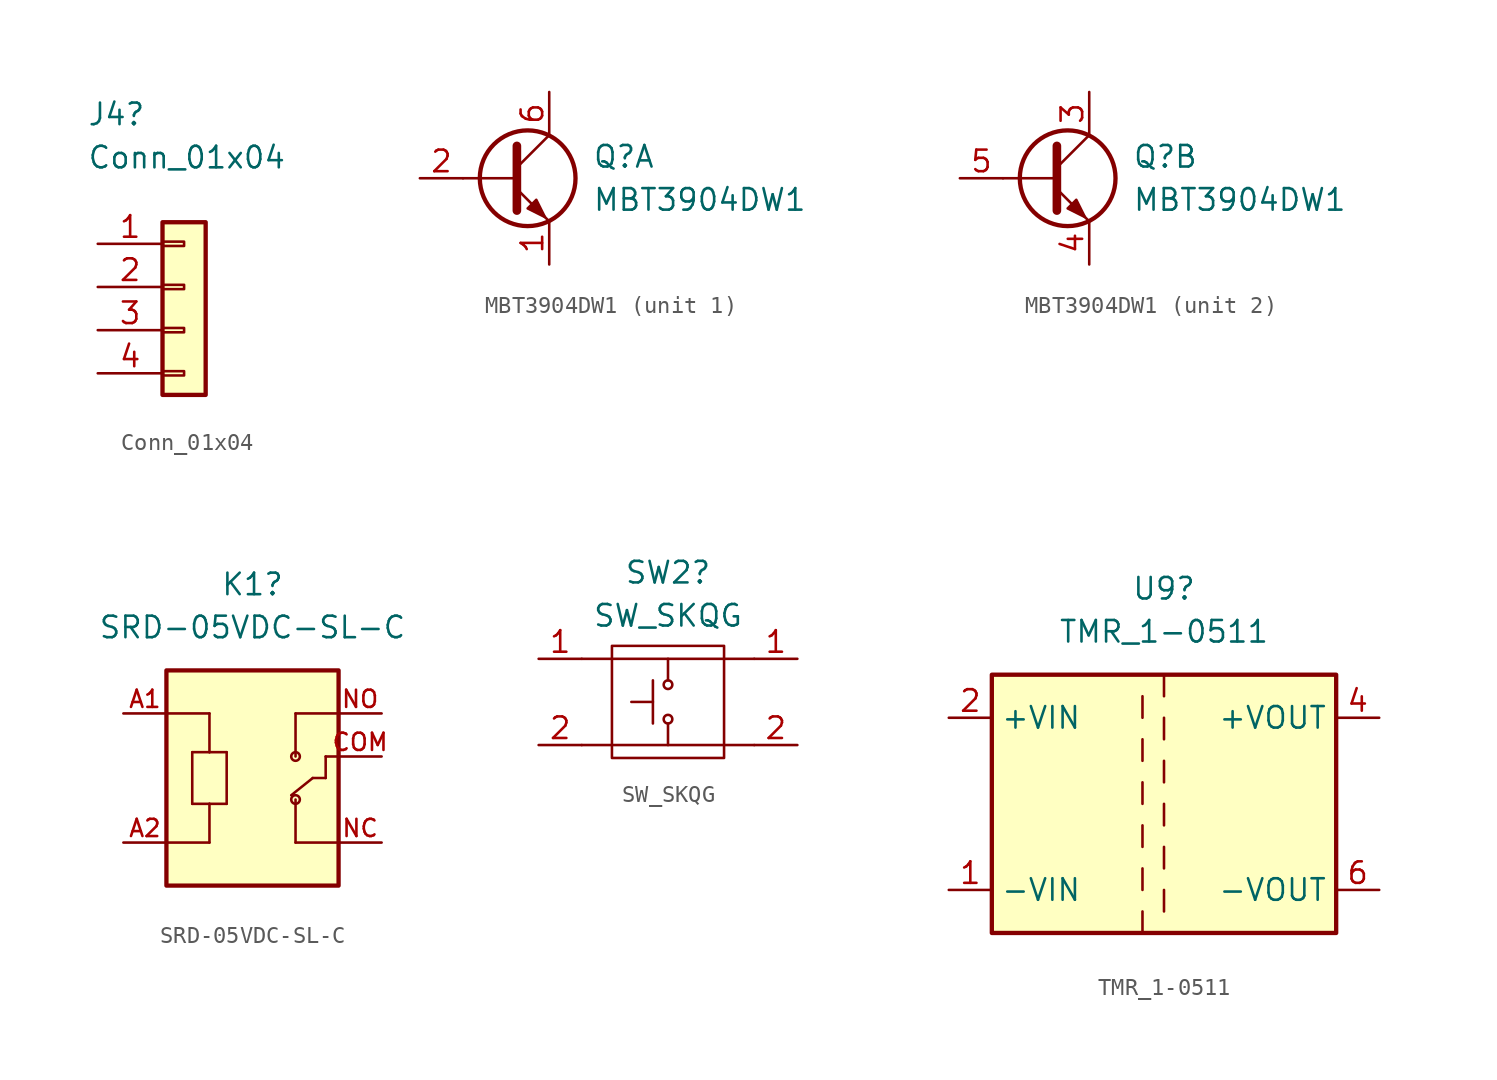
<source format=kicad_sym>
(kicad_symbol_lib
  (version 20231120)
  (generator "kicad_symbol_editor")
  (generator_version "8.0")
  (symbol "Conn_01x04"
    (pin_names
      (offset 1.016) hide)
    (property "Reference" "J4"
      (at -5.715 10.16 0)
      (effects (font (size 1.27 1.27)) (justify left)))
    (property "Value" "Conn_01x04"
      (at -5.715 7.62 0)
      (effects (font (size 1.27 1.27)) (justify left)))
    (symbol "Conn_01x04_1_1"
      (rectangle (start -1.27 -4.953) (end 0 -5.207) (stroke (width 0.152) (type default)) (fill (type none)))
      (rectangle (start -1.27 -2.413) (end 0 -2.667) (stroke (width 0.152) (type default)) (fill (type none)))
      (rectangle (start -1.27 0.127) (end 0 -0.127) (stroke (width 0.152) (type default)) (fill (type none)))
      (rectangle (start -1.27 2.667) (end 0 2.413) (stroke (width 0.152) (type default)) (fill (type none)))
      (rectangle (start -1.27 3.81) (end 1.27 -6.35) (stroke (width 0.254) (type default)) (fill (type background)))
      (pin passive line (at -5.08 2.54 0) (length 3.81) (name "Pin_1" (effects (font (size 1.27 1.27)))) (number "1" (effects (font (size 1.27 1.27)))))
      (pin passive line (at -5.08 0 0) (length 3.81) (name "Pin_2" (effects (font (size 1.27 1.27)))) (number "2" (effects (font (size 1.27 1.27)))))
      (pin passive line (at -5.08 -2.54 0) (length 3.81) (name "Pin_3" (effects (font (size 1.27 1.27)))) (number "3" (effects (font (size 1.27 1.27)))))
      (pin passive line (at -5.08 -5.08 0) (length 3.81) (name "Pin_4" (effects (font (size 1.27 1.27)))) (number "4" (effects (font (size 1.27 1.27)))))))
  (symbol "MBT3904DW1"
    (pin_names
      (offset 0) hide)
    (property "Reference" "Q"
      (at 5.08 1.27 0)
      (effects (font (size 1.27 1.27)) (justify left)))
    (property "Value" "MBT3904DW1"
      (at 5.08 -1.27 0)
      (effects (font (size 1.27 1.27)) (justify left)))
    (property "ki_locked" ""
      (at 0 0 0)
      (effects (font (size 1.27 1.27))))
    (symbol "MBT3904DW1_0_1"
      (polyline (pts (xy 0.635 0) (xy -2.54 0)) (stroke (width 0) (type default)) (fill (type none)))
      (polyline (pts (xy 0.635 0.635) (xy 2.54 2.54)) (stroke (width 0) (type default)) (fill (type none)))
      (polyline (pts (xy 0.635 -0.635) (xy 2.54 -2.54) (xy 2.54 -2.54)) (stroke (width 0) (type default)) (fill (type none)))
      (polyline (pts (xy 0.635 1.905) (xy 0.635 -1.905) (xy 0.635 -1.905)) (stroke (width 0.508) (type default)) (fill (type none)))
      (polyline (pts (xy 1.27 -1.778) (xy 1.778 -1.27) (xy 2.286 -2.286) (xy 1.27 -1.778) (xy 1.27 -1.778)) (stroke (width 0) (type default)) (fill (type outline)))
      (circle (center 1.27 0) (radius 2.819) (stroke (width 0.254) (type default)) (fill (type none))))
    (symbol "MBT3904DW1_1_1"
      (pin passive line (at 2.54 -5.08 90) (length 2.54) (name "E1" (effects (font (size 1.27 1.27)))) (number "1" (effects (font (size 1.27 1.27)))))
      (pin input line (at -5.08 0 0) (length 2.54) (name "B1" (effects (font (size 1.27 1.27)))) (number "2" (effects (font (size 1.27 1.27)))))
      (pin passive line (at 2.54 5.08 270) (length 2.54) (name "C1" (effects (font (size 1.27 1.27)))) (number "6" (effects (font (size 1.27 1.27))))))
    (symbol "MBT3904DW1_2_1"
      (pin passive line (at 2.54 5.08 270) (length 2.54) (name "C2" (effects (font (size 1.27 1.27)))) (number "3" (effects (font (size 1.27 1.27)))))
      (pin passive line (at 2.54 -5.08 90) (length 2.54) (name "E2" (effects (font (size 1.27 1.27)))) (number "4" (effects (font (size 1.27 1.27)))))
      (pin input line (at -5.08 0 0) (length 2.54) (name "B2" (effects (font (size 1.27 1.27)))) (number "5" (effects (font (size 1.27 1.27)))))))
  (symbol "SRD-05VDC-SL-C"
    (pin_names
      (offset 1.016))
    (property "Reference" "K1"
      (at 0 10.16 0)
      (effects (font (size 1.27 1.27))))
    (property "Value" "SRD-05VDC-SL-C"
      (at 0 7.62 0)
      (effects (font (size 1.27 1.27))))
    (symbol "SRD-05VDC-SL-C_0_0"
      (rectangle (start -5.08 -7.62) (end 5.08 5.08) (stroke (width 0.254) (type default)) (fill (type background)))
      (polyline (pts (xy -5.08 2.54) (xy -2.54 2.54)) (stroke (width 0.152) (type default)) (fill (type none)))
      (polyline (pts (xy -3.556 -2.794) (xy -2.54 -2.794)) (stroke (width 0.152) (type default)) (fill (type none)))
      (polyline (pts (xy -3.556 0.254) (xy -3.556 -2.794)) (stroke (width 0.152) (type default)) (fill (type none)))
      (polyline (pts (xy -2.54 -5.08) (xy -5.08 -5.08)) (stroke (width 0.152) (type default)) (fill (type none)))
      (polyline (pts (xy -2.54 -2.794) (xy -2.54 -5.08)) (stroke (width 0.152) (type default)) (fill (type none)))
      (polyline (pts (xy -2.54 -2.794) (xy -1.524 -2.794)) (stroke (width 0.152) (type default)) (fill (type none)))
      (polyline (pts (xy -2.54 0.254) (xy -3.556 0.254)) (stroke (width 0.152) (type default)) (fill (type none)))
      (polyline (pts (xy -2.54 2.54) (xy -2.54 0.254)) (stroke (width 0.152) (type default)) (fill (type none)))
      (polyline (pts (xy -1.524 -2.794) (xy -1.524 0.254)) (stroke (width 0.152) (type default)) (fill (type none)))
      (polyline (pts (xy -1.524 0.254) (xy -2.54 0.254)) (stroke (width 0.152) (type default)) (fill (type none)))
      (polyline (pts (xy 2.54 -5.08) (xy 5.08 -5.08)) (stroke (width 0.152) (type default)) (fill (type none)))
      (polyline (pts (xy 2.54 -2.54) (xy 2.54 -5.08)) (stroke (width 0.152) (type default)) (fill (type none)))
      (polyline (pts (xy 2.54 2.54) (xy 2.54 0)) (stroke (width 0.152) (type default)) (fill (type none)))
      (polyline (pts (xy 3.556 -1.27) (xy 2.286 -2.286)) (stroke (width 0.152) (type default)) (fill (type none)))
      (polyline (pts (xy 3.556 -1.27) (xy 4.318 -1.27)) (stroke (width 0.152) (type default)) (fill (type none)))
      (polyline (pts (xy 4.318 -1.27) (xy 4.318 0)) (stroke (width 0.152) (type default)) (fill (type none)))
      (polyline (pts (xy 4.318 0) (xy 5.08 0)) (stroke (width 0.152) (type default)) (fill (type none)))
      (polyline (pts (xy 5.08 2.54) (xy 2.54 2.54)) (stroke (width 0.152) (type default)) (fill (type none)))
      (circle (center 2.54 -2.54) (radius 0.254) (stroke (width 0.152) (type default)) (fill (type none)))
      (circle (center 2.54 0) (radius 0.254) (stroke (width 0.152) (type default)) (fill (type none)))
      (pin passive line (at -7.62 2.54 0) (length 2.54) (name "~" (effects (font (size 1.016 1.016)))) (number "A1" (effects (font (size 1.016 1.016)))))
      (pin passive line (at -7.62 -5.08 0) (length 2.54) (name "~" (effects (font (size 1.016 1.016)))) (number "A2" (effects (font (size 1.016 1.016)))))
      (pin passive line (at 7.62 0 180) (length 2.54) (name "~" (effects (font (size 1.016 1.016)))) (number "COM" (effects (font (size 1.016 1.016)))))
      (pin passive line (at 7.62 -5.08 180) (length 2.54) (name "~" (effects (font (size 1.016 1.016)))) (number "NC" (effects (font (size 1.016 1.016)))))
      (pin passive line (at 7.62 2.54 180) (length 2.54) (name "~" (effects (font (size 1.016 1.016)))) (number "NO" (effects (font (size 1.016 1.016)))))))
  (symbol "SW_SKQG"
    (property "Reference" "SW2"
      (at 0 5.08 0)
      (effects (font (size 1.27 1.27))))
    (property "Value" "SW_SKQG"
      (at 0 2.54 0)
      (effects (font (size 1.27 1.27))))
    (symbol "SW_SKQG_0_1"
      (rectangle (start -3.302 0.762) (end 3.302 -5.842) (stroke (width 0) (type default)) (fill (type none)))
      (circle (center 0 -3.556) (radius 0.254) (stroke (width 0) (type default)) (fill (type none)))
      (circle (center 0 -1.524) (radius 0.254) (stroke (width 0) (type default)) (fill (type none)))
      (polyline (pts (xy -5.08 0) (xy 5.08 0)) (stroke (width 0) (type default)) (fill (type none)))
      (polyline (pts (xy -2.159 -2.54) (xy -0.889 -2.54)) (stroke (width 0) (type default)) (fill (type none)))
      (polyline (pts (xy -0.889 -1.27) (xy -0.889 -3.81)) (stroke (width 0) (type default)) (fill (type none)))
      (polyline (pts (xy 0 -3.81) (xy 0 -5.08)) (stroke (width 0) (type default)) (fill (type none)))
      (polyline (pts (xy 0 -1.27) (xy 0 0)) (stroke (width 0) (type default)) (fill (type none)))
      (polyline (pts (xy 5.08 -5.08) (xy -5.08 -5.08)) (stroke (width 0) (type default)) (fill (type none))))
    (symbol "SW_SKQG_1_1"
      (pin passive line (at -7.62 0 0) (length 2.54) (name "" (effects (font (size 1.27 1.27)))) (number "1" (effects (font (size 1.27 1.27)))))
      (pin passive line (at 7.62 0 180) (length 2.54) (name "" (effects (font (size 1.27 1.27)))) (number "1" (effects (font (size 1.27 1.27)))))
      (pin passive line (at -7.62 -5.08 0) (length 2.54) (name "" (effects (font (size 1.27 1.27)))) (number "2" (effects (font (size 1.27 1.27)))))
      (pin passive line (at 7.62 -5.08 180) (length 2.54) (name "" (effects (font (size 1.27 1.27)))) (number "2" (effects (font (size 1.27 1.27)))))))
  (symbol "TMR_1-0511"
    (property "Reference" "U9"
      (at 0 12.7 0)
      (effects (font (size 1.27 1.27))))
    (property "Value" "TMR_1-0511"
      (at 0 10.16 0)
      (effects (font (size 1.27 1.27))))
    (symbol "TMR_1-0511_0_1"
      (rectangle (start -10.16 7.62) (end 10.16 -7.62) (stroke (width 0.254) (type default)) (fill (type background)))
      (polyline (pts (xy -1.27 -7.62) (xy -1.27 -6.35)) (stroke (width 0) (type default)) (fill (type none)))
      (polyline (pts (xy -1.27 -5.08) (xy -1.27 -3.81)) (stroke (width 0) (type default)) (fill (type none)))
      (polyline (pts (xy -1.27 -2.54) (xy -1.27 -1.27)) (stroke (width 0) (type default)) (fill (type none)))
      (polyline (pts (xy -1.27 0) (xy -1.27 1.27)) (stroke (width 0) (type default)) (fill (type none)))
      (polyline (pts (xy -1.27 2.54) (xy -1.27 3.81)) (stroke (width 0) (type default)) (fill (type none)))
      (polyline (pts (xy -1.27 5.08) (xy -1.27 6.35)) (stroke (width 0) (type default)) (fill (type none)))
      (polyline (pts (xy 0 -5.08) (xy 0 -6.35)) (stroke (width 0) (type default)) (fill (type none)))
      (polyline (pts (xy 0 -2.54) (xy 0 -3.81)) (stroke (width 0) (type default)) (fill (type none)))
      (polyline (pts (xy 0 0) (xy 0 -1.27)) (stroke (width 0) (type default)) (fill (type none)))
      (polyline (pts (xy 0 2.54) (xy 0 1.27)) (stroke (width 0) (type default)) (fill (type none)))
      (polyline (pts (xy 0 5.08) (xy 0 3.81)) (stroke (width 0) (type default)) (fill (type none)))
      (polyline (pts (xy 0 7.62) (xy 0 6.35)) (stroke (width 0) (type default)) (fill (type none))))
    (symbol "TMR_1-0511_1_1"
      (pin power_in line (at -12.7 -5.08 0) (length 2.54) (name "-VIN" (effects (font (size 1.27 1.27)))) (number "1" (effects (font (size 1.27 1.27)))))
      (pin power_in line (at -12.7 5.08 0) (length 2.54) (name "+VIN" (effects (font (size 1.27 1.27)))) (number "2" (effects (font (size 1.27 1.27)))))
      (pin power_out line (at 12.7 5.08 180) (length 2.54) (name "+VOUT" (effects (font (size 1.27 1.27)))) (number "4" (effects (font (size 1.27 1.27)))))
      (pin power_out line (at 12.7 -5.08 180) (length 2.54) (name "-VOUT" (effects (font (size 1.27 1.27)))) (number "6" (effects (font (size 1.27 1.27))))))))
</source>
